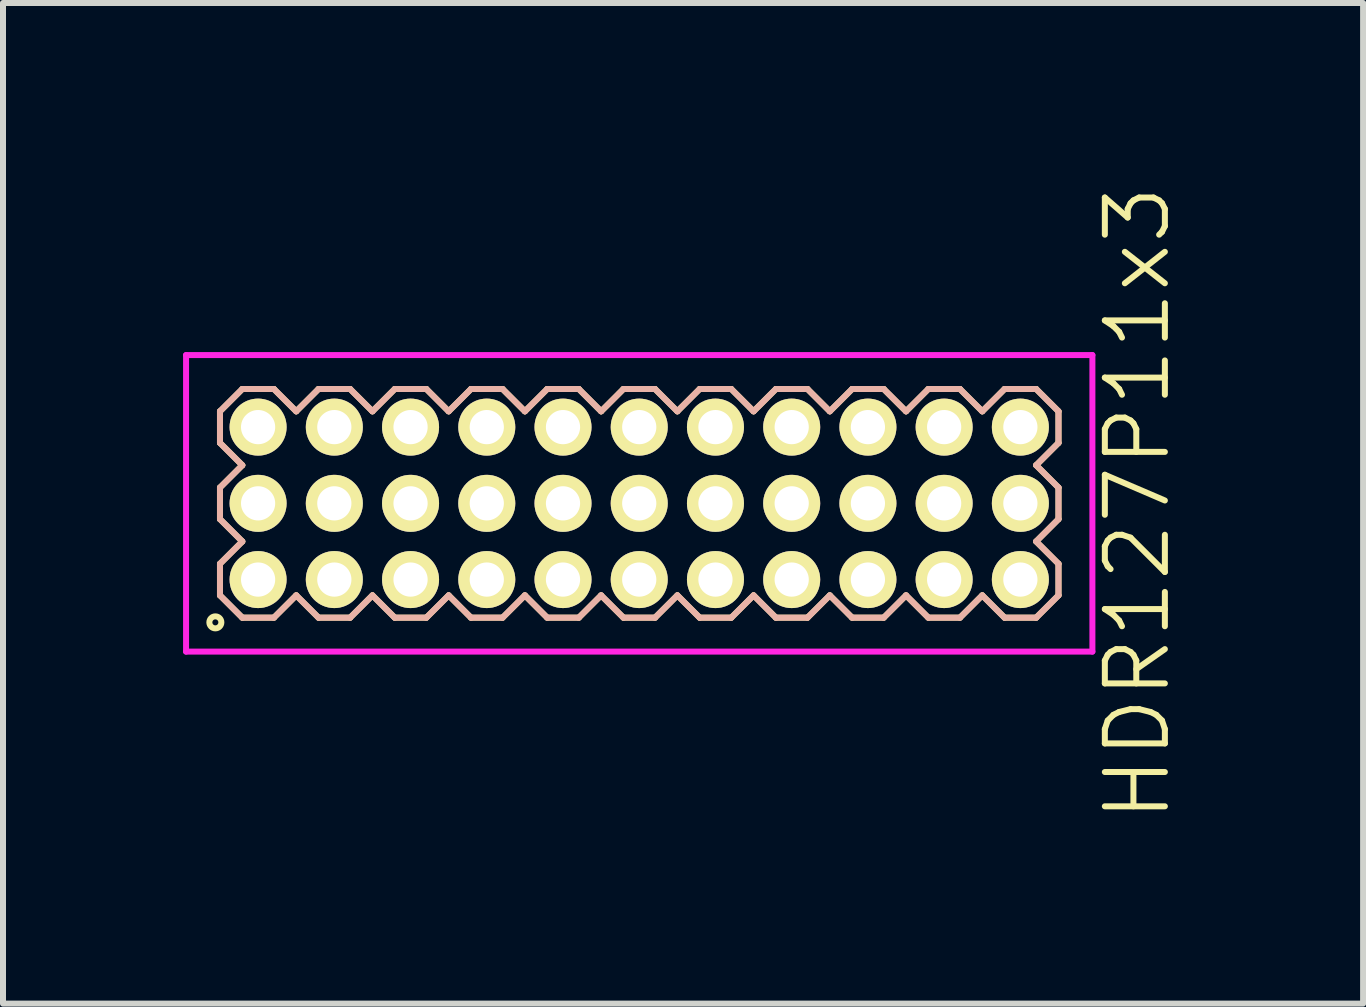
<source format=kicad_pcb>
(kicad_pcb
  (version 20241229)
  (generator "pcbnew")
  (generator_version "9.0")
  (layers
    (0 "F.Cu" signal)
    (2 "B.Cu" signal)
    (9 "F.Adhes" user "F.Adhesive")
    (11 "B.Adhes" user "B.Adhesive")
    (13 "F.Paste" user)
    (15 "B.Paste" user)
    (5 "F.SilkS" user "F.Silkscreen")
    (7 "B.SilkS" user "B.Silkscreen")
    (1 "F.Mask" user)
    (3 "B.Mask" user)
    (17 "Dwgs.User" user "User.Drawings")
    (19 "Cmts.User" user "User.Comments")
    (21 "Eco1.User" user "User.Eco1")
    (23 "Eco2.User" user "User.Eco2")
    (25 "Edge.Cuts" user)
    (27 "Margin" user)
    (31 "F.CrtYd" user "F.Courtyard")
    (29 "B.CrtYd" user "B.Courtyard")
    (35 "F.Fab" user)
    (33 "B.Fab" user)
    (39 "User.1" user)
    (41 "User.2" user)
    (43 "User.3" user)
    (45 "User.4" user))
  (footprint "HDR127P11x3"
    (layer "F.Cu")
    (at 7.6 5.336)
    (property "Reference" "HDR127P11x3" (at 8.3 0 90) (layer "F.SilkS") (effects (font (size 1 1) (thickness 0.1))))
    (attr through_hole)
    (fp_line (start -6.985 -1.533) (end -6.613 -1.905) (stroke (width 0.1) (type solid)) (layer "F.SilkS"))
    (fp_line (start -6.985 -1.007) (end -6.985 -1.533) (stroke (width 0.1) (type solid)) (layer "F.SilkS"))
    (fp_line (start -6.985 -0.263) (end -6.613 -0.635) (stroke (width 0.1) (type solid)) (layer "F.SilkS"))
    (fp_line (start -6.985 0.263) (end -6.985 -0.263) (stroke (width 0.1) (type solid)) (layer "F.SilkS"))
    (fp_line (start -6.985 1.007) (end -6.613 0.635) (stroke (width 0.1) (type solid)) (layer "F.SilkS"))
    (fp_line (start -6.985 1.533) (end -6.985 1.007) (stroke (width 0.1) (type solid)) (layer "F.SilkS"))
    (fp_line (start -6.613 -1.905) (end -6.087 -1.905) (stroke (width 0.1) (type solid)) (layer "F.SilkS"))
    (fp_line (start -6.613 -0.635) (end -6.985 -1.007) (stroke (width 0.1) (type solid)) (layer "F.SilkS"))
    (fp_line (start -6.613 0.635) (end -6.985 0.263) (stroke (width 0.1) (type solid)) (layer "F.SilkS"))
    (fp_line (start -6.613 1.905) (end -6.985 1.533) (stroke (width 0.1) (type solid)) (layer "F.SilkS"))
    (fp_line (start -6.087 -1.905) (end -5.715 -1.533) (stroke (width 0.1) (type solid)) (layer "F.SilkS"))
    (fp_line (start -6.087 1.905) (end -6.613 1.905) (stroke (width 0.1) (type solid)) (layer "F.SilkS"))
    (fp_line (start -5.715 -1.533) (end -5.343 -1.905) (stroke (width 0.1) (type solid)) (layer "F.SilkS"))
    (fp_line (start -5.715 1.533) (end -6.087 1.905) (stroke (width 0.1) (type solid)) (layer "F.SilkS"))
    (fp_line (start -5.343 -1.905) (end -4.817 -1.905) (stroke (width 0.1) (type solid)) (layer "F.SilkS"))
    (fp_line (start -5.343 1.905) (end -5.715 1.533) (stroke (width 0.1) (type solid)) (layer "F.SilkS"))
    (fp_line (start -4.817 -1.905) (end -4.445 -1.533) (stroke (width 0.1) (type solid)) (layer "F.SilkS"))
    (fp_line (start -4.817 1.905) (end -5.343 1.905) (stroke (width 0.1) (type solid)) (layer "F.SilkS"))
    (fp_line (start -4.445 -1.533) (end -4.073 -1.905) (stroke (width 0.1) (type solid)) (layer "F.SilkS"))
    (fp_line (start -4.445 1.533) (end -4.817 1.905) (stroke (width 0.1) (type solid)) (layer "F.SilkS"))
    (fp_line (start -4.073 -1.905) (end -3.547 -1.905) (stroke (width 0.1) (type solid)) (layer "F.SilkS"))
    (fp_line (start -4.073 1.905) (end -4.445 1.533) (stroke (width 0.1) (type solid)) (layer "F.SilkS"))
    (fp_line (start -3.547 -1.905) (end -3.175 -1.533) (stroke (width 0.1) (type solid)) (layer "F.SilkS"))
    (fp_line (start -3.547 1.905) (end -4.073 1.905) (stroke (width 0.1) (type solid)) (layer "F.SilkS"))
    (fp_line (start -3.175 -1.533) (end -2.803 -1.905) (stroke (width 0.1) (type solid)) (layer "F.SilkS"))
    (fp_line (start -3.175 1.533) (end -3.547 1.905) (stroke (width 0.1) (type solid)) (layer "F.SilkS"))
    (fp_line (start -2.803 -1.905) (end -2.277 -1.905) (stroke (width 0.1) (type solid)) (layer "F.SilkS"))
    (fp_line (start -2.803 1.905) (end -3.175 1.533) (stroke (width 0.1) (type solid)) (layer "F.SilkS"))
    (fp_line (start -2.277 -1.905) (end -1.905 -1.533) (stroke (width 0.1) (type solid)) (layer "F.SilkS"))
    (fp_line (start -2.277 1.905) (end -2.803 1.905) (stroke (width 0.1) (type solid)) (layer "F.SilkS"))
    (fp_line (start -1.905 -1.533) (end -1.533 -1.905) (stroke (width 0.1) (type solid)) (layer "F.SilkS"))
    (fp_line (start -1.905 1.533) (end -2.277 1.905) (stroke (width 0.1) (type solid)) (layer "F.SilkS"))
    (fp_line (start -1.533 -1.905) (end -1.007 -1.905) (stroke (width 0.1) (type solid)) (layer "F.SilkS"))
    (fp_line (start -1.533 1.905) (end -1.905 1.533) (stroke (width 0.1) (type solid)) (layer "F.SilkS"))
    (fp_line (start -1.007 -1.905) (end -0.635 -1.533) (stroke (width 0.1) (type solid)) (layer "F.SilkS"))
    (fp_line (start -1.007 1.905) (end -1.533 1.905) (stroke (width 0.1) (type solid)) (layer "F.SilkS"))
    (fp_line (start -0.635 -1.533) (end -0.263 -1.905) (stroke (width 0.1) (type solid)) (layer "F.SilkS"))
    (fp_line (start -0.635 1.533) (end -1.007 1.905) (stroke (width 0.1) (type solid)) (layer "F.SilkS"))
    (fp_line (start -0.263 -1.905) (end 0.263 -1.905) (stroke (width 0.1) (type solid)) (layer "F.SilkS"))
    (fp_line (start -0.263 1.905) (end -0.635 1.533) (stroke (width 0.1) (type solid)) (layer "F.SilkS"))
    (fp_line (start 0.263 -1.905) (end 0.635 -1.533) (stroke (width 0.1) (type solid)) (layer "F.SilkS"))
    (fp_line (start 0.263 1.905) (end -0.263 1.905) (stroke (width 0.1) (type solid)) (layer "F.SilkS"))
    (fp_line (start 0.635 -1.533) (end 1.007 -1.905) (stroke (width 0.1) (type solid)) (layer "F.SilkS"))
    (fp_line (start 0.635 1.533) (end 0.263 1.905) (stroke (width 0.1) (type solid)) (layer "F.SilkS"))
    (fp_line (start 1.007 -1.905) (end 1.533 -1.905) (stroke (width 0.1) (type solid)) (layer "F.SilkS"))
    (fp_line (start 1.007 1.905) (end 0.635 1.533) (stroke (width 0.1) (type solid)) (layer "F.SilkS"))
    (fp_line (start 1.533 -1.905) (end 1.905 -1.533) (stroke (width 0.1) (type solid)) (layer "F.SilkS"))
    (fp_line (start 1.533 1.905) (end 1.007 1.905) (stroke (width 0.1) (type solid)) (layer "F.SilkS"))
    (fp_line (start 1.905 -1.533) (end 2.277 -1.905) (stroke (width 0.1) (type solid)) (layer "F.SilkS"))
    (fp_line (start 1.905 1.533) (end 1.533 1.905) (stroke (width 0.1) (type solid)) (layer "F.SilkS"))
    (fp_line (start 2.277 -1.905) (end 2.803 -1.905) (stroke (width 0.1) (type solid)) (layer "F.SilkS"))
    (fp_line (start 2.277 1.905) (end 1.905 1.533) (stroke (width 0.1) (type solid)) (layer "F.SilkS"))
    (fp_line (start 2.803 -1.905) (end 3.175 -1.533) (stroke (width 0.1) (type solid)) (layer "F.SilkS"))
    (fp_line (start 2.803 1.905) (end 2.277 1.905) (stroke (width 0.1) (type solid)) (layer "F.SilkS"))
    (fp_line (start 3.175 -1.533) (end 3.547 -1.905) (stroke (width 0.1) (type solid)) (layer "F.SilkS"))
    (fp_line (start 3.175 1.533) (end 2.803 1.905) (stroke (width 0.1) (type solid)) (layer "F.SilkS"))
    (fp_line (start 3.547 -1.905) (end 4.073 -1.905) (stroke (width 0.1) (type solid)) (layer "F.SilkS"))
    (fp_line (start 3.547 1.905) (end 3.175 1.533) (stroke (width 0.1) (type solid)) (layer "F.SilkS"))
    (fp_line (start 4.073 -1.905) (end 4.445 -1.533) (stroke (width 0.1) (type solid)) (layer "F.SilkS"))
    (fp_line (start 4.073 1.905) (end 3.547 1.905) (stroke (width 0.1) (type solid)) (layer "F.SilkS"))
    (fp_line (start 4.445 -1.533) (end 4.817 -1.905) (stroke (width 0.1) (type solid)) (layer "F.SilkS"))
    (fp_line (start 4.445 1.533) (end 4.073 1.905) (stroke (width 0.1) (type solid)) (layer "F.SilkS"))
    (fp_line (start 4.817 -1.905) (end 5.343 -1.905) (stroke (width 0.1) (type solid)) (layer "F.SilkS"))
    (fp_line (start 4.817 1.905) (end 4.445 1.533) (stroke (width 0.1) (type solid)) (layer "F.SilkS"))
    (fp_line (start 5.343 -1.905) (end 5.715 -1.533) (stroke (width 0.1) (type solid)) (layer "F.SilkS"))
    (fp_line (start 5.343 1.905) (end 4.817 1.905) (stroke (width 0.1) (type solid)) (layer "F.SilkS"))
    (fp_line (start 5.715 -1.533) (end 6.087 -1.905) (stroke (width 0.1) (type solid)) (layer "F.SilkS"))
    (fp_line (start 5.715 1.533) (end 5.343 1.905) (stroke (width 0.1) (type solid)) (layer "F.SilkS"))
    (fp_line (start 6.087 -1.905) (end 6.613 -1.905) (stroke (width 0.1) (type solid)) (layer "F.SilkS"))
    (fp_line (start 6.087 1.905) (end 5.715 1.533) (stroke (width 0.1) (type solid)) (layer "F.SilkS"))
    (fp_line (start 6.613 -1.905) (end 6.985 -1.533) (stroke (width 0.1) (type solid)) (layer "F.SilkS"))
    (fp_line (start 6.613 -0.635) (end 6.985 -0.263) (stroke (width 0.1) (type solid)) (layer "F.SilkS"))
    (fp_line (start 6.613 0.635) (end 6.985 1.007) (stroke (width 0.1) (type solid)) (layer "F.SilkS"))
    (fp_line (start 6.613 1.905) (end 6.087 1.905) (stroke (width 0.1) (type solid)) (layer "F.SilkS"))
    (fp_line (start 6.985 -1.533) (end 6.985 -1.007) (stroke (width 0.1) (type solid)) (layer "F.SilkS"))
    (fp_line (start 6.985 -1.007) (end 6.613 -0.635) (stroke (width 0.1) (type solid)) (layer "F.SilkS"))
    (fp_line (start 6.985 -0.263) (end 6.985 0.263) (stroke (width 0.1) (type solid)) (layer "F.SilkS"))
    (fp_line (start 6.985 0.263) (end 6.613 0.635) (stroke (width 0.1) (type solid)) (layer "F.SilkS"))
    (fp_line (start 6.985 1.007) (end 6.985 1.533) (stroke (width 0.1) (type solid)) (layer "F.SilkS"))
    (fp_line (start 6.985 1.533) (end 6.613 1.905) (stroke (width 0.1) (type solid)) (layer "F.SilkS"))
    (fp_circle (center -7.062 1.983) (end -6.962 1.983) (stroke (width 0.1) (type solid)) (fill no) (layer "F.SilkS"))
    (fp_line (start -6.985 -1.533) (end -6.613 -1.905) (stroke (width 0.1) (type solid)) (layer "B.SilkS"))
    (fp_line (start -6.985 -1.007) (end -6.985 -1.533) (stroke (width 0.1) (type solid)) (layer "B.SilkS"))
    (fp_line (start -6.985 -0.263) (end -6.613 -0.635) (stroke (width 0.1) (type solid)) (layer "B.SilkS"))
    (fp_line (start -6.985 0.263) (end -6.985 -0.263) (stroke (width 0.1) (type solid)) (layer "B.SilkS"))
    (fp_line (start -6.985 1.007) (end -6.613 0.635) (stroke (width 0.1) (type solid)) (layer "B.SilkS"))
    (fp_line (start -6.985 1.533) (end -6.985 1.007) (stroke (width 0.1) (type solid)) (layer "B.SilkS"))
    (fp_line (start -6.613 -1.905) (end -6.087 -1.905) (stroke (width 0.1) (type solid)) (layer "B.SilkS"))
    (fp_line (start -6.613 -0.635) (end -6.985 -1.007) (stroke (width 0.1) (type solid)) (layer "B.SilkS"))
    (fp_line (start -6.613 0.635) (end -6.985 0.263) (stroke (width 0.1) (type solid)) (layer "B.SilkS"))
    (fp_line (start -6.613 1.905) (end -6.985 1.533) (stroke (width 0.1) (type solid)) (layer "B.SilkS"))
    (fp_line (start -6.087 -1.905) (end -5.715 -1.533) (stroke (width 0.1) (type solid)) (layer "B.SilkS"))
    (fp_line (start -6.087 1.905) (end -6.613 1.905) (stroke (width 0.1) (type solid)) (layer "B.SilkS"))
    (fp_line (start -5.715 -1.533) (end -5.343 -1.905) (stroke (width 0.1) (type solid)) (layer "B.SilkS"))
    (fp_line (start -5.715 1.533) (end -6.087 1.905) (stroke (width 0.1) (type solid)) (layer "B.SilkS"))
    (fp_line (start -5.343 -1.905) (end -4.817 -1.905) (stroke (width 0.1) (type solid)) (layer "B.SilkS"))
    (fp_line (start -5.343 1.905) (end -5.715 1.533) (stroke (width 0.1) (type solid)) (layer "B.SilkS"))
    (fp_line (start -4.817 -1.905) (end -4.445 -1.533) (stroke (width 0.1) (type solid)) (layer "B.SilkS"))
    (fp_line (start -4.817 1.905) (end -5.343 1.905) (stroke (width 0.1) (type solid)) (layer "B.SilkS"))
    (fp_line (start -4.445 -1.533) (end -4.073 -1.905) (stroke (width 0.1) (type solid)) (layer "B.SilkS"))
    (fp_line (start -4.445 1.533) (end -4.817 1.905) (stroke (width 0.1) (type solid)) (layer "B.SilkS"))
    (fp_line (start -4.073 -1.905) (end -3.547 -1.905) (stroke (width 0.1) (type solid)) (layer "B.SilkS"))
    (fp_line (start -4.073 1.905) (end -4.445 1.533) (stroke (width 0.1) (type solid)) (layer "B.SilkS"))
    (fp_line (start -3.547 -1.905) (end -3.175 -1.533) (stroke (width 0.1) (type solid)) (layer "B.SilkS"))
    (fp_line (start -3.547 1.905) (end -4.073 1.905) (stroke (width 0.1) (type solid)) (layer "B.SilkS"))
    (fp_line (start -3.175 -1.533) (end -2.803 -1.905) (stroke (width 0.1) (type solid)) (layer "B.SilkS"))
    (fp_line (start -3.175 1.533) (end -3.547 1.905) (stroke (width 0.1) (type solid)) (layer "B.SilkS"))
    (fp_line (start -2.803 -1.905) (end -2.277 -1.905) (stroke (width 0.1) (type solid)) (layer "B.SilkS"))
    (fp_line (start -2.803 1.905) (end -3.175 1.533) (stroke (width 0.1) (type solid)) (layer "B.SilkS"))
    (fp_line (start -2.277 -1.905) (end -1.905 -1.533) (stroke (width 0.1) (type solid)) (layer "B.SilkS"))
    (fp_line (start -2.277 1.905) (end -2.803 1.905) (stroke (width 0.1) (type solid)) (layer "B.SilkS"))
    (fp_line (start -1.905 -1.533) (end -1.533 -1.905) (stroke (width 0.1) (type solid)) (layer "B.SilkS"))
    (fp_line (start -1.905 1.533) (end -2.277 1.905) (stroke (width 0.1) (type solid)) (layer "B.SilkS"))
    (fp_line (start -1.533 -1.905) (end -1.007 -1.905) (stroke (width 0.1) (type solid)) (layer "B.SilkS"))
    (fp_line (start -1.533 1.905) (end -1.905 1.533) (stroke (width 0.1) (type solid)) (layer "B.SilkS"))
    (fp_line (start -1.007 -1.905) (end -0.635 -1.533) (stroke (width 0.1) (type solid)) (layer "B.SilkS"))
    (fp_line (start -1.007 1.905) (end -1.533 1.905) (stroke (width 0.1) (type solid)) (layer "B.SilkS"))
    (fp_line (start -0.635 -1.533) (end -0.263 -1.905) (stroke (width 0.1) (type solid)) (layer "B.SilkS"))
    (fp_line (start -0.635 1.533) (end -1.007 1.905) (stroke (width 0.1) (type solid)) (layer "B.SilkS"))
    (fp_line (start -0.263 -1.905) (end 0.263 -1.905) (stroke (width 0.1) (type solid)) (layer "B.SilkS"))
    (fp_line (start -0.263 1.905) (end -0.635 1.533) (stroke (width 0.1) (type solid)) (layer "B.SilkS"))
    (fp_line (start 0.263 -1.905) (end 0.635 -1.533) (stroke (width 0.1) (type solid)) (layer "B.SilkS"))
    (fp_line (start 0.263 1.905) (end -0.263 1.905) (stroke (width 0.1) (type solid)) (layer "B.SilkS"))
    (fp_line (start 0.635 -1.533) (end 1.007 -1.905) (stroke (width 0.1) (type solid)) (layer "B.SilkS"))
    (fp_line (start 0.635 1.533) (end 0.263 1.905) (stroke (width 0.1) (type solid)) (layer "B.SilkS"))
    (fp_line (start 1.007 -1.905) (end 1.533 -1.905) (stroke (width 0.1) (type solid)) (layer "B.SilkS"))
    (fp_line (start 1.007 1.905) (end 0.635 1.533) (stroke (width 0.1) (type solid)) (layer "B.SilkS"))
    (fp_line (start 1.533 -1.905) (end 1.905 -1.533) (stroke (width 0.1) (type solid)) (layer "B.SilkS"))
    (fp_line (start 1.533 1.905) (end 1.007 1.905) (stroke (width 0.1) (type solid)) (layer "B.SilkS"))
    (fp_line (start 1.905 -1.533) (end 2.277 -1.905) (stroke (width 0.1) (type solid)) (layer "B.SilkS"))
    (fp_line (start 1.905 1.533) (end 1.533 1.905) (stroke (width 0.1) (type solid)) (layer "B.SilkS"))
    (fp_line (start 2.277 -1.905) (end 2.803 -1.905) (stroke (width 0.1) (type solid)) (layer "B.SilkS"))
    (fp_line (start 2.277 1.905) (end 1.905 1.533) (stroke (width 0.1) (type solid)) (layer "B.SilkS"))
    (fp_line (start 2.803 -1.905) (end 3.175 -1.533) (stroke (width 0.1) (type solid)) (layer "B.SilkS"))
    (fp_line (start 2.803 1.905) (end 2.277 1.905) (stroke (width 0.1) (type solid)) (layer "B.SilkS"))
    (fp_line (start 3.175 -1.533) (end 3.547 -1.905) (stroke (width 0.1) (type solid)) (layer "B.SilkS"))
    (fp_line (start 3.175 1.533) (end 2.803 1.905) (stroke (width 0.1) (type solid)) (layer "B.SilkS"))
    (fp_line (start 3.547 -1.905) (end 4.073 -1.905) (stroke (width 0.1) (type solid)) (layer "B.SilkS"))
    (fp_line (start 3.547 1.905) (end 3.175 1.533) (stroke (width 0.1) (type solid)) (layer "B.SilkS"))
    (fp_line (start 4.073 -1.905) (end 4.445 -1.533) (stroke (width 0.1) (type solid)) (layer "B.SilkS"))
    (fp_line (start 4.073 1.905) (end 3.547 1.905) (stroke (width 0.1) (type solid)) (layer "B.SilkS"))
    (fp_line (start 4.445 -1.533) (end 4.817 -1.905) (stroke (width 0.1) (type solid)) (layer "B.SilkS"))
    (fp_line (start 4.445 1.533) (end 4.073 1.905) (stroke (width 0.1) (type solid)) (layer "B.SilkS"))
    (fp_line (start 4.817 -1.905) (end 5.343 -1.905) (stroke (width 0.1) (type solid)) (layer "B.SilkS"))
    (fp_line (start 4.817 1.905) (end 4.445 1.533) (stroke (width 0.1) (type solid)) (layer "B.SilkS"))
    (fp_line (start 5.343 -1.905) (end 5.715 -1.533) (stroke (width 0.1) (type solid)) (layer "B.SilkS"))
    (fp_line (start 5.343 1.905) (end 4.817 1.905) (stroke (width 0.1) (type solid)) (layer "B.SilkS"))
    (fp_line (start 5.715 -1.533) (end 6.087 -1.905) (stroke (width 0.1) (type solid)) (layer "B.SilkS"))
    (fp_line (start 5.715 1.533) (end 5.343 1.905) (stroke (width 0.1) (type solid)) (layer "B.SilkS"))
    (fp_line (start 6.087 -1.905) (end 6.613 -1.905) (stroke (width 0.1) (type solid)) (layer "B.SilkS"))
    (fp_line (start 6.087 1.905) (end 5.715 1.533) (stroke (width 0.1) (type solid)) (layer "B.SilkS"))
    (fp_line (start 6.613 -1.905) (end 6.985 -1.533) (stroke (width 0.1) (type solid)) (layer "B.SilkS"))
    (fp_line (start 6.613 -0.635) (end 6.985 -0.263) (stroke (width 0.1) (type solid)) (layer "B.SilkS"))
    (fp_line (start 6.613 0.635) (end 6.985 1.007) (stroke (width 0.1) (type solid)) (layer "B.SilkS"))
    (fp_line (start 6.613 1.905) (end 6.087 1.905) (stroke (width 0.1) (type solid)) (layer "B.SilkS"))
    (fp_line (start 6.985 -1.533) (end 6.985 -1.007) (stroke (width 0.1) (type solid)) (layer "B.SilkS"))
    (fp_line (start 6.985 -1.007) (end 6.613 -0.635) (stroke (width 0.1) (type solid)) (layer "B.SilkS"))
    (fp_line (start 6.985 -0.263) (end 6.985 0.263) (stroke (width 0.1) (type solid)) (layer "B.SilkS"))
    (fp_line (start 6.985 0.263) (end 6.613 0.635) (stroke (width 0.1) (type solid)) (layer "B.SilkS"))
    (fp_line (start 6.985 1.007) (end 6.985 1.533) (stroke (width 0.1) (type solid)) (layer "B.SilkS"))
    (fp_line (start 6.985 1.533) (end 6.613 1.905) (stroke (width 0.1) (type solid)) (layer "B.SilkS"))
    (fp_line (start -7.55 -2.47) (end -7.55 2.47) (stroke (width 0.1) (type solid)) (layer "F.CrtYd"))
    (fp_line (start -7.55 2.47) (end 7.55 2.47) (stroke (width 0.1) (type solid)) (layer "F.CrtYd"))
    (fp_line (start 7.55 -2.47) (end -7.55 -2.47) (stroke (width 0.1) (type solid)) (layer "F.CrtYd"))
    (fp_line (start 7.55 2.47) (end 7.55 -2.47) (stroke (width 0.1) (type solid)) (layer "F.CrtYd"))
    (pad "1" thru_hole oval (at -6.35 1.27) (size 0.95 0.95) (drill 0.57) (layers "*.Cu" "*.Mask" "F.SilkS"))
    (pad "2" thru_hole oval (at -6.35 0) (size 0.95 0.95) (drill 0.57) (layers "*.Cu" "*.Mask" "F.SilkS"))
    (pad "3" thru_hole oval (at -6.35 -1.27) (size 0.95 0.95) (drill 0.57) (layers "*.Cu" "*.Mask" "F.SilkS"))
    (pad "4" thru_hole oval (at -5.08 1.27) (size 0.95 0.95) (drill 0.57) (layers "*.Cu" "*.Mask" "F.SilkS"))
    (pad "5" thru_hole oval (at -5.08 0) (size 0.95 0.95) (drill 0.57) (layers "*.Cu" "*.Mask" "F.SilkS"))
    (pad "6" thru_hole oval (at -5.08 -1.27) (size 0.95 0.95) (drill 0.57) (layers "*.Cu" "*.Mask" "F.SilkS"))
    (pad "7" thru_hole oval (at -3.81 1.27) (size 0.95 0.95) (drill 0.57) (layers "*.Cu" "*.Mask" "F.SilkS"))
    (pad "8" thru_hole oval (at -3.81 0) (size 0.95 0.95) (drill 0.57) (layers "*.Cu" "*.Mask" "F.SilkS"))
    (pad "9" thru_hole oval (at -3.81 -1.27) (size 0.95 0.95) (drill 0.57) (layers "*.Cu" "*.Mask" "F.SilkS"))
    (pad "10" thru_hole oval (at -2.54 1.27) (size 0.95 0.95) (drill 0.57) (layers "*.Cu" "*.Mask" "F.SilkS"))
    (pad "11" thru_hole oval (at -2.54 0) (size 0.95 0.95) (drill 0.57) (layers "*.Cu" "*.Mask" "F.SilkS"))
    (pad "12" thru_hole oval (at -2.54 -1.27) (size 0.95 0.95) (drill 0.57) (layers "*.Cu" "*.Mask" "F.SilkS"))
    (pad "13" thru_hole oval (at -1.27 1.27) (size 0.95 0.95) (drill 0.57) (layers "*.Cu" "*.Mask" "F.SilkS"))
    (pad "14" thru_hole oval (at -1.27 0) (size 0.95 0.95) (drill 0.57) (layers "*.Cu" "*.Mask" "F.SilkS"))
    (pad "15" thru_hole oval (at -1.27 -1.27) (size 0.95 0.95) (drill 0.57) (layers "*.Cu" "*.Mask" "F.SilkS"))
    (pad "16" thru_hole oval (at 0 1.27) (size 0.95 0.95) (drill 0.57) (layers "*.Cu" "*.Mask" "F.SilkS"))
    (pad "17" thru_hole oval (at 0 0) (size 0.95 0.95) (drill 0.57) (layers "*.Cu" "*.Mask" "F.SilkS"))
    (pad "18" thru_hole oval (at 0 -1.27) (size 0.95 0.95) (drill 0.57) (layers "*.Cu" "*.Mask" "F.SilkS"))
    (pad "19" thru_hole oval (at 1.27 1.27) (size 0.95 0.95) (drill 0.57) (layers "*.Cu" "*.Mask" "F.SilkS"))
    (pad "20" thru_hole oval (at 1.27 0) (size 0.95 0.95) (drill 0.57) (layers "*.Cu" "*.Mask" "F.SilkS"))
    (pad "21" thru_hole oval (at 1.27 -1.27) (size 0.95 0.95) (drill 0.57) (layers "*.Cu" "*.Mask" "F.SilkS"))
    (pad "22" thru_hole oval (at 2.54 1.27) (size 0.95 0.95) (drill 0.57) (layers "*.Cu" "*.Mask" "F.SilkS"))
    (pad "23" thru_hole oval (at 2.54 0) (size 0.95 0.95) (drill 0.57) (layers "*.Cu" "*.Mask" "F.SilkS"))
    (pad "24" thru_hole oval (at 2.54 -1.27) (size 0.95 0.95) (drill 0.57) (layers "*.Cu" "*.Mask" "F.SilkS"))
    (pad "25" thru_hole oval (at 3.81 1.27) (size 0.95 0.95) (drill 0.57) (layers "*.Cu" "*.Mask" "F.SilkS"))
    (pad "26" thru_hole oval (at 3.81 0) (size 0.95 0.95) (drill 0.57) (layers "*.Cu" "*.Mask" "F.SilkS"))
    (pad "27" thru_hole oval (at 3.81 -1.27) (size 0.95 0.95) (drill 0.57) (layers "*.Cu" "*.Mask" "F.SilkS"))
    (pad "28" thru_hole oval (at 5.08 1.27) (size 0.95 0.95) (drill 0.57) (layers "*.Cu" "*.Mask" "F.SilkS"))
    (pad "29" thru_hole oval (at 5.08 0) (size 0.95 0.95) (drill 0.57) (layers "*.Cu" "*.Mask" "F.SilkS"))
    (pad "30" thru_hole oval (at 5.08 -1.27) (size 0.95 0.95) (drill 0.57) (layers "*.Cu" "*.Mask" "F.SilkS"))
    (pad "31" thru_hole oval (at 6.35 1.27) (size 0.95 0.95) (drill 0.57) (layers "*.Cu" "*.Mask" "F.SilkS"))
    (pad "32" thru_hole oval (at 6.35 0) (size 0.95 0.95) (drill 0.57) (layers "*.Cu" "*.Mask" "F.SilkS"))
    (pad "33" thru_hole oval (at 6.35 -1.27) (size 0.95 0.95) (drill 0.57) (layers "*.Cu" "*.Mask" "F.SilkS")))
  (gr_rect
    (start -3 -3)
    (end 19.66 13.671)
    (stroke (width 0.1) (type default))
    (fill no)
    (layer "Edge.Cuts")))
</source>
